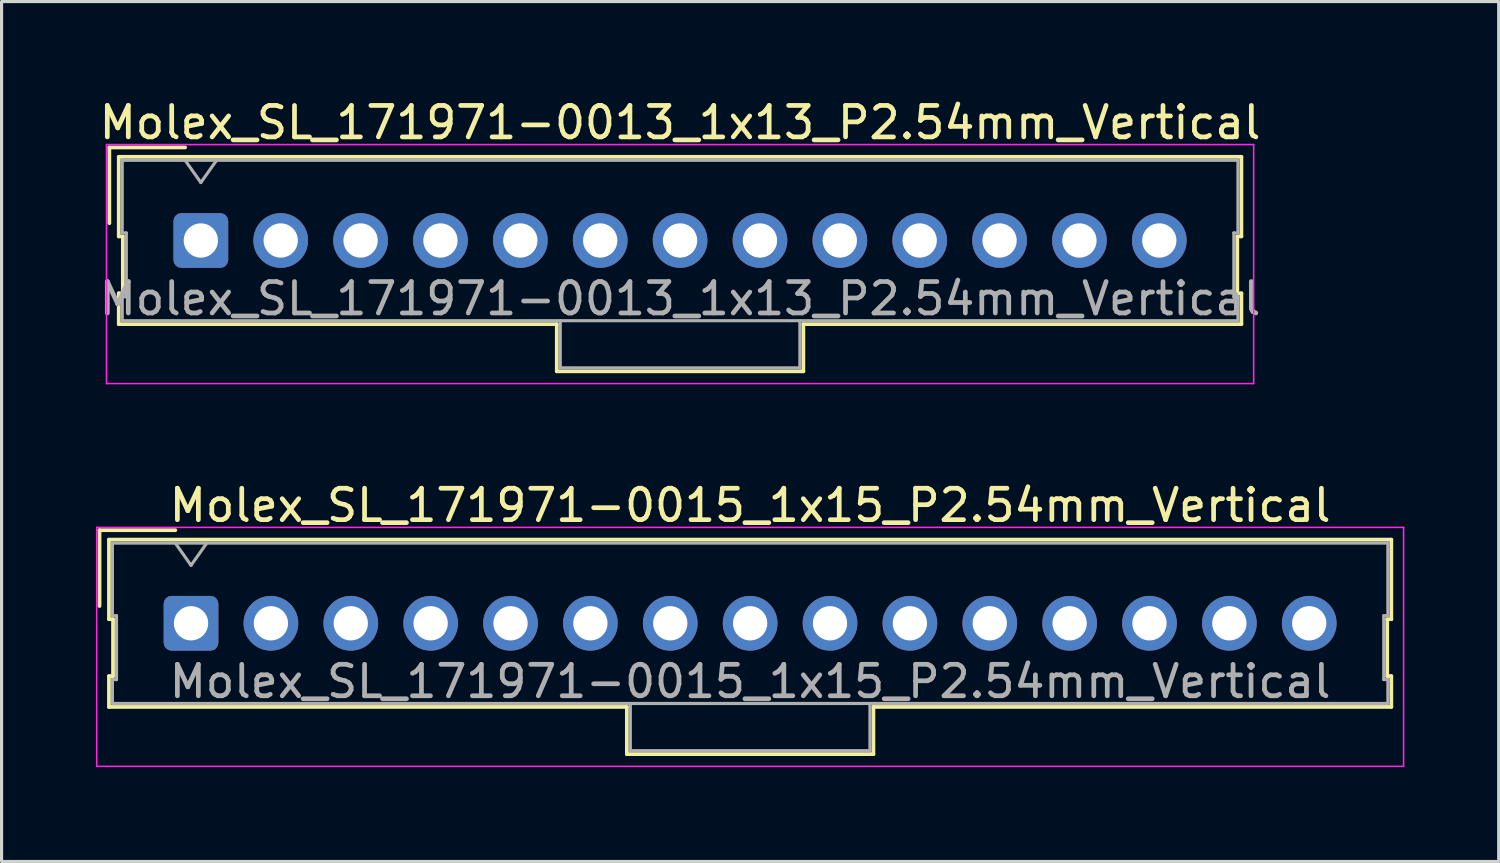
<source format=kicad_pcb>
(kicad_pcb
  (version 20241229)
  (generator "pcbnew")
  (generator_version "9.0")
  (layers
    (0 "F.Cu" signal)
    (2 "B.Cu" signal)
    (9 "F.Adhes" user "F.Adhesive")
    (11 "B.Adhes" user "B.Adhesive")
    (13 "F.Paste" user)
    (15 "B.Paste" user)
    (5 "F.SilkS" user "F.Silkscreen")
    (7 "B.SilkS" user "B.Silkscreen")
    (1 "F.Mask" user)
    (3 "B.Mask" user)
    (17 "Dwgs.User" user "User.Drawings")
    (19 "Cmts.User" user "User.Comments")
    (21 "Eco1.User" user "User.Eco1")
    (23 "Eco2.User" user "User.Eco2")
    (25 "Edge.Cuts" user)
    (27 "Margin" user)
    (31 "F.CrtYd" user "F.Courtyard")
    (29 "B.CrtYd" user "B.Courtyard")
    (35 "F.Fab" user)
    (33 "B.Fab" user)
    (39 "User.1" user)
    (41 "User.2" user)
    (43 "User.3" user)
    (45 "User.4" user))
  (footprint "Molex_SL_171971-0015_1x15_P2.54mm_Vertical"
    (layer "F.Cu")
    (at 3.025 16.771)
    (property "Reference" "Molex_SL_171971-0015_1x15_P2.54mm_Vertical" (at 17.78 -3.75 0) (layer "F.SilkS") (effects (font (size 1 1) (thickness 0.15))))
    (attr through_hole)
    (fp_line (start -2.91 -2.96) (end -0.5 -2.96) (stroke (width 0.12) (type solid)) (layer "F.SilkS"))
    (fp_line (start -2.91 -0.55) (end -2.91 -2.96) (stroke (width 0.12) (type solid)) (layer "F.SilkS"))
    (fp_line (start -2.61 -2.66) (end -2.61 -0.13) (stroke (width 0.12) (type solid)) (layer "F.SilkS"))
    (fp_line (start -2.61 -0.13) (end -2.48 -0.13) (stroke (width 0.12) (type solid)) (layer "F.SilkS"))
    (fp_line (start -2.61 1.68) (end -2.61 2.66) (stroke (width 0.12) (type solid)) (layer "F.SilkS"))
    (fp_line (start -2.61 2.66) (end 13.86 2.66) (stroke (width 0.12) (type solid)) (layer "F.SilkS"))
    (fp_line (start -2.48 -0.13) (end -2.48 1.68) (stroke (width 0.12) (type solid)) (layer "F.SilkS"))
    (fp_line (start -2.48 1.68) (end -2.61 1.68) (stroke (width 0.12) (type solid)) (layer "F.SilkS"))
    (fp_line (start 13.86 2.66) (end 13.86 4.16) (stroke (width 0.12) (type solid)) (layer "F.SilkS"))
    (fp_line (start 13.86 4.16) (end 21.7 4.16) (stroke (width 0.12) (type solid)) (layer "F.SilkS"))
    (fp_line (start 21.7 2.66) (end 38.17 2.66) (stroke (width 0.12) (type solid)) (layer "F.SilkS"))
    (fp_line (start 21.7 4.16) (end 21.7 2.66) (stroke (width 0.12) (type solid)) (layer "F.SilkS"))
    (fp_line (start 38.04 -0.13) (end 38.17 -0.13) (stroke (width 0.12) (type solid)) (layer "F.SilkS"))
    (fp_line (start 38.04 1.68) (end 38.04 -0.13) (stroke (width 0.12) (type solid)) (layer "F.SilkS"))
    (fp_line (start 38.17 -2.66) (end -2.61 -2.66) (stroke (width 0.12) (type solid)) (layer "F.SilkS"))
    (fp_line (start 38.17 -0.13) (end 38.17 -2.66) (stroke (width 0.12) (type solid)) (layer "F.SilkS"))
    (fp_line (start 38.17 1.68) (end 38.04 1.68) (stroke (width 0.12) (type solid)) (layer "F.SilkS"))
    (fp_line (start 38.17 2.66) (end 38.17 1.68) (stroke (width 0.12) (type solid)) (layer "F.SilkS"))
    (fp_line (start -3 -3.05) (end -3 4.55) (stroke (width 0.05) (type solid)) (layer "F.CrtYd"))
    (fp_line (start -3 4.55) (end 38.56 4.55) (stroke (width 0.05) (type solid)) (layer "F.CrtYd"))
    (fp_line (start 38.56 -3.05) (end -3 -3.05) (stroke (width 0.05) (type solid)) (layer "F.CrtYd"))
    (fp_line (start 38.56 4.55) (end 38.56 -3.05) (stroke (width 0.05) (type solid)) (layer "F.CrtYd"))
    (fp_line (start -2.5 -2.55) (end -2.5 -0.24) (stroke (width 0.1) (type solid)) (layer "F.Fab"))
    (fp_line (start -2.5 -0.24) (end -2.37 -0.24) (stroke (width 0.1) (type solid)) (layer "F.Fab"))
    (fp_line (start -2.5 1.79) (end -2.5 2.55) (stroke (width 0.1) (type solid)) (layer "F.Fab"))
    (fp_line (start -2.5 2.55) (end 38.06 2.55) (stroke (width 0.1) (type solid)) (layer "F.Fab"))
    (fp_line (start -2.37 -0.24) (end -2.37 1.79) (stroke (width 0.1) (type solid)) (layer "F.Fab"))
    (fp_line (start -2.37 1.79) (end -2.5 1.79) (stroke (width 0.1) (type solid)) (layer "F.Fab"))
    (fp_line (start 0 -1.843) (end -0.5 -2.55) (stroke (width 0.1) (type solid)) (layer "F.Fab"))
    (fp_line (start 0.5 -2.55) (end 0 -1.843) (stroke (width 0.1) (type solid)) (layer "F.Fab"))
    (fp_line (start 13.97 2.55) (end 13.97 4.05) (stroke (width 0.1) (type solid)) (layer "F.Fab"))
    (fp_line (start 13.97 4.05) (end 21.59 4.05) (stroke (width 0.1) (type solid)) (layer "F.Fab"))
    (fp_line (start 21.59 4.05) (end 21.59 2.55) (stroke (width 0.1) (type solid)) (layer "F.Fab"))
    (fp_line (start 37.93 -0.24) (end 38.06 -0.24) (stroke (width 0.1) (type solid)) (layer "F.Fab"))
    (fp_line (start 37.93 1.79) (end 37.93 -0.24) (stroke (width 0.1) (type solid)) (layer "F.Fab"))
    (fp_line (start 38.06 -2.55) (end -2.5 -2.55) (stroke (width 0.1) (type solid)) (layer "F.Fab"))
    (fp_line (start 38.06 -0.24) (end 38.06 -2.55) (stroke (width 0.1) (type solid)) (layer "F.Fab"))
    (fp_line (start 38.06 1.79) (end 37.93 1.79) (stroke (width 0.1) (type solid)) (layer "F.Fab"))
    (fp_line (start 38.06 2.55) (end 38.06 1.79) (stroke (width 0.1) (type solid)) (layer "F.Fab"))
    (fp_text user "${REFERENCE}" (at 17.78 1.85 0) (layer "F.Fab") (effects (font (size 1 1) (thickness 0.15))))
    (pad "1" thru_hole roundrect (at 0 0) (size 1.74 1.74) (drill 1.09) (layers "*.Cu" "*.Mask") (roundrect_rratio 0.144))
    (pad "2" thru_hole circle (at 2.54 0) (size 1.74 1.74) (drill 1.09) (layers "*.Cu" "*.Mask"))
    (pad "3" thru_hole circle (at 5.08 0) (size 1.74 1.74) (drill 1.09) (layers "*.Cu" "*.Mask"))
    (pad "4" thru_hole circle (at 7.62 0) (size 1.74 1.74) (drill 1.09) (layers "*.Cu" "*.Mask"))
    (pad "5" thru_hole circle (at 10.16 0) (size 1.74 1.74) (drill 1.09) (layers "*.Cu" "*.Mask"))
    (pad "6" thru_hole circle (at 12.7 0) (size 1.74 1.74) (drill 1.09) (layers "*.Cu" "*.Mask"))
    (pad "7" thru_hole circle (at 15.24 0) (size 1.74 1.74) (drill 1.09) (layers "*.Cu" "*.Mask"))
    (pad "8" thru_hole circle (at 17.78 0) (size 1.74 1.74) (drill 1.09) (layers "*.Cu" "*.Mask"))
    (pad "9" thru_hole circle (at 20.32 0) (size 1.74 1.74) (drill 1.09) (layers "*.Cu" "*.Mask"))
    (pad "10" thru_hole circle (at 22.86 0) (size 1.74 1.74) (drill 1.09) (layers "*.Cu" "*.Mask"))
    (pad "11" thru_hole circle (at 25.4 0) (size 1.74 1.74) (drill 1.09) (layers "*.Cu" "*.Mask"))
    (pad "12" thru_hole circle (at 27.94 0) (size 1.74 1.74) (drill 1.09) (layers "*.Cu" "*.Mask"))
    (pad "13" thru_hole circle (at 30.48 0) (size 1.74 1.74) (drill 1.09) (layers "*.Cu" "*.Mask"))
    (pad "14" thru_hole circle (at 33.02 0) (size 1.74 1.74) (drill 1.09) (layers "*.Cu" "*.Mask"))
    (pad "15" thru_hole circle (at 35.56 0) (size 1.74 1.74) (drill 1.09) (layers "*.Cu" "*.Mask")))
  (footprint "Molex_SL_171971-0013_1x13_P2.54mm_Vertical"
    (layer "F.Cu")
    (at 3.337 4.598)
    (property "Reference" "Molex_SL_171971-0013_1x13_P2.54mm_Vertical" (at 15.24 -3.75 0) (layer "F.SilkS") (effects (font (size 1 1) (thickness 0.15))))
    (attr through_hole)
    (fp_line (start -2.91 -2.96) (end -0.5 -2.96) (stroke (width 0.12) (type solid)) (layer "F.SilkS"))
    (fp_line (start -2.91 -0.55) (end -2.91 -2.96) (stroke (width 0.12) (type solid)) (layer "F.SilkS"))
    (fp_line (start -2.61 -2.66) (end -2.61 -0.13) (stroke (width 0.12) (type solid)) (layer "F.SilkS"))
    (fp_line (start -2.61 -0.13) (end -2.48 -0.13) (stroke (width 0.12) (type solid)) (layer "F.SilkS"))
    (fp_line (start -2.61 1.68) (end -2.61 2.66) (stroke (width 0.12) (type solid)) (layer "F.SilkS"))
    (fp_line (start -2.61 2.66) (end 11.32 2.66) (stroke (width 0.12) (type solid)) (layer "F.SilkS"))
    (fp_line (start -2.48 -0.13) (end -2.48 1.68) (stroke (width 0.12) (type solid)) (layer "F.SilkS"))
    (fp_line (start -2.48 1.68) (end -2.61 1.68) (stroke (width 0.12) (type solid)) (layer "F.SilkS"))
    (fp_line (start 11.32 2.66) (end 11.32 4.16) (stroke (width 0.12) (type solid)) (layer "F.SilkS"))
    (fp_line (start 11.32 4.16) (end 19.16 4.16) (stroke (width 0.12) (type solid)) (layer "F.SilkS"))
    (fp_line (start 19.16 2.66) (end 33.09 2.66) (stroke (width 0.12) (type solid)) (layer "F.SilkS"))
    (fp_line (start 19.16 4.16) (end 19.16 2.66) (stroke (width 0.12) (type solid)) (layer "F.SilkS"))
    (fp_line (start 32.96 -0.13) (end 33.09 -0.13) (stroke (width 0.12) (type solid)) (layer "F.SilkS"))
    (fp_line (start 32.96 1.68) (end 32.96 -0.13) (stroke (width 0.12) (type solid)) (layer "F.SilkS"))
    (fp_line (start 33.09 -2.66) (end -2.61 -2.66) (stroke (width 0.12) (type solid)) (layer "F.SilkS"))
    (fp_line (start 33.09 -0.13) (end 33.09 -2.66) (stroke (width 0.12) (type solid)) (layer "F.SilkS"))
    (fp_line (start 33.09 1.68) (end 32.96 1.68) (stroke (width 0.12) (type solid)) (layer "F.SilkS"))
    (fp_line (start 33.09 2.66) (end 33.09 1.68) (stroke (width 0.12) (type solid)) (layer "F.SilkS"))
    (fp_line (start -3 -3.05) (end -3 4.55) (stroke (width 0.05) (type solid)) (layer "F.CrtYd"))
    (fp_line (start -3 4.55) (end 33.48 4.55) (stroke (width 0.05) (type solid)) (layer "F.CrtYd"))
    (fp_line (start 33.48 -3.05) (end -3 -3.05) (stroke (width 0.05) (type solid)) (layer "F.CrtYd"))
    (fp_line (start 33.48 4.55) (end 33.48 -3.05) (stroke (width 0.05) (type solid)) (layer "F.CrtYd"))
    (fp_line (start -2.5 -2.55) (end -2.5 -0.24) (stroke (width 0.1) (type solid)) (layer "F.Fab"))
    (fp_line (start -2.5 -0.24) (end -2.37 -0.24) (stroke (width 0.1) (type solid)) (layer "F.Fab"))
    (fp_line (start -2.5 1.79) (end -2.5 2.55) (stroke (width 0.1) (type solid)) (layer "F.Fab"))
    (fp_line (start -2.5 2.55) (end 32.98 2.55) (stroke (width 0.1) (type solid)) (layer "F.Fab"))
    (fp_line (start -2.37 -0.24) (end -2.37 1.79) (stroke (width 0.1) (type solid)) (layer "F.Fab"))
    (fp_line (start -2.37 1.79) (end -2.5 1.79) (stroke (width 0.1) (type solid)) (layer "F.Fab"))
    (fp_line (start 0 -1.843) (end -0.5 -2.55) (stroke (width 0.1) (type solid)) (layer "F.Fab"))
    (fp_line (start 0.5 -2.55) (end 0 -1.843) (stroke (width 0.1) (type solid)) (layer "F.Fab"))
    (fp_line (start 11.43 2.55) (end 11.43 4.05) (stroke (width 0.1) (type solid)) (layer "F.Fab"))
    (fp_line (start 11.43 4.05) (end 19.05 4.05) (stroke (width 0.1) (type solid)) (layer "F.Fab"))
    (fp_line (start 19.05 4.05) (end 19.05 2.55) (stroke (width 0.1) (type solid)) (layer "F.Fab"))
    (fp_line (start 32.85 -0.24) (end 32.98 -0.24) (stroke (width 0.1) (type solid)) (layer "F.Fab"))
    (fp_line (start 32.85 1.79) (end 32.85 -0.24) (stroke (width 0.1) (type solid)) (layer "F.Fab"))
    (fp_line (start 32.98 -2.55) (end -2.5 -2.55) (stroke (width 0.1) (type solid)) (layer "F.Fab"))
    (fp_line (start 32.98 -0.24) (end 32.98 -2.55) (stroke (width 0.1) (type solid)) (layer "F.Fab"))
    (fp_line (start 32.98 1.79) (end 32.85 1.79) (stroke (width 0.1) (type solid)) (layer "F.Fab"))
    (fp_line (start 32.98 2.55) (end 32.98 1.79) (stroke (width 0.1) (type solid)) (layer "F.Fab"))
    (fp_text user "${REFERENCE}" (at 15.24 1.85 0) (layer "F.Fab") (effects (font (size 1 1) (thickness 0.15))))
    (pad "1" thru_hole roundrect (at 0 0) (size 1.74 1.74) (drill 1.09) (layers "*.Cu" "*.Mask") (roundrect_rratio 0.144))
    (pad "2" thru_hole circle (at 2.54 0) (size 1.74 1.74) (drill 1.09) (layers "*.Cu" "*.Mask"))
    (pad "3" thru_hole circle (at 5.08 0) (size 1.74 1.74) (drill 1.09) (layers "*.Cu" "*.Mask"))
    (pad "4" thru_hole circle (at 7.62 0) (size 1.74 1.74) (drill 1.09) (layers "*.Cu" "*.Mask"))
    (pad "5" thru_hole circle (at 10.16 0) (size 1.74 1.74) (drill 1.09) (layers "*.Cu" "*.Mask"))
    (pad "6" thru_hole circle (at 12.7 0) (size 1.74 1.74) (drill 1.09) (layers "*.Cu" "*.Mask"))
    (pad "7" thru_hole circle (at 15.24 0) (size 1.74 1.74) (drill 1.09) (layers "*.Cu" "*.Mask"))
    (pad "8" thru_hole circle (at 17.78 0) (size 1.74 1.74) (drill 1.09) (layers "*.Cu" "*.Mask"))
    (pad "9" thru_hole circle (at 20.32 0) (size 1.74 1.74) (drill 1.09) (layers "*.Cu" "*.Mask"))
    (pad "10" thru_hole circle (at 22.86 0) (size 1.74 1.74) (drill 1.09) (layers "*.Cu" "*.Mask"))
    (pad "11" thru_hole circle (at 25.4 0) (size 1.74 1.74) (drill 1.09) (layers "*.Cu" "*.Mask"))
    (pad "12" thru_hole circle (at 27.94 0) (size 1.74 1.74) (drill 1.09) (layers "*.Cu" "*.Mask"))
    (pad "13" thru_hole circle (at 30.48 0) (size 1.74 1.74) (drill 1.09) (layers "*.Cu" "*.Mask")))
  (gr_rect
    (start -3 -3)
    (end 44.61 24.346)
    (stroke (width 0.1) (type default))
    (fill no)
    (layer "Edge.Cuts")))
</source>
